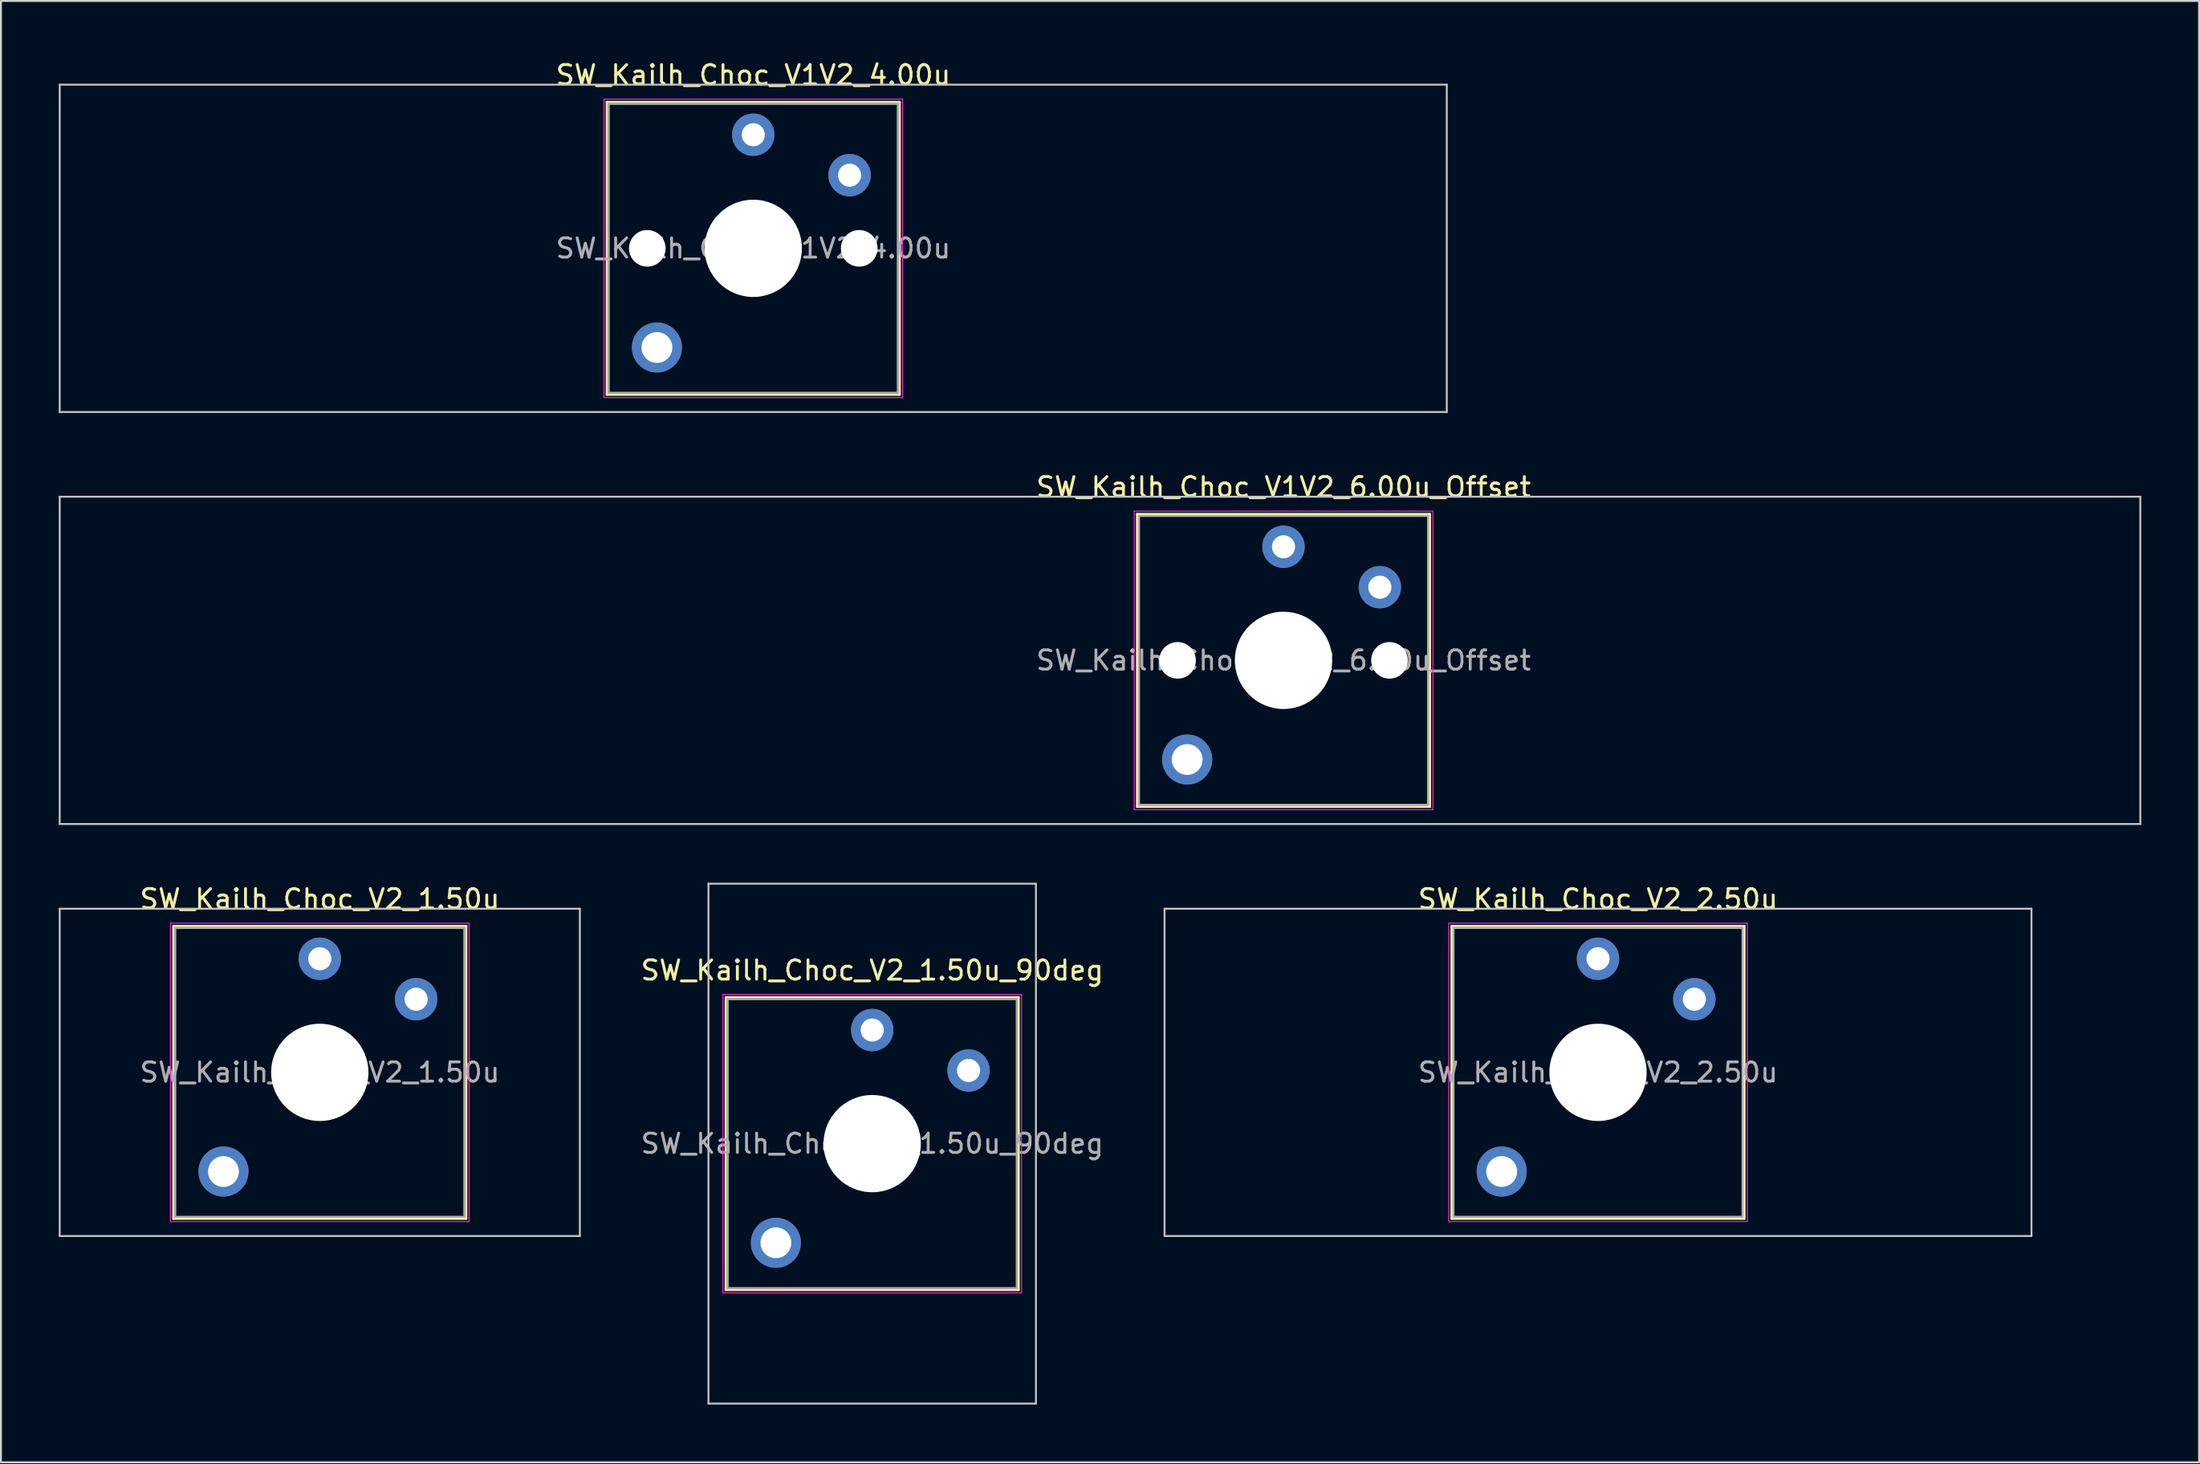
<source format=kicad_pcb>
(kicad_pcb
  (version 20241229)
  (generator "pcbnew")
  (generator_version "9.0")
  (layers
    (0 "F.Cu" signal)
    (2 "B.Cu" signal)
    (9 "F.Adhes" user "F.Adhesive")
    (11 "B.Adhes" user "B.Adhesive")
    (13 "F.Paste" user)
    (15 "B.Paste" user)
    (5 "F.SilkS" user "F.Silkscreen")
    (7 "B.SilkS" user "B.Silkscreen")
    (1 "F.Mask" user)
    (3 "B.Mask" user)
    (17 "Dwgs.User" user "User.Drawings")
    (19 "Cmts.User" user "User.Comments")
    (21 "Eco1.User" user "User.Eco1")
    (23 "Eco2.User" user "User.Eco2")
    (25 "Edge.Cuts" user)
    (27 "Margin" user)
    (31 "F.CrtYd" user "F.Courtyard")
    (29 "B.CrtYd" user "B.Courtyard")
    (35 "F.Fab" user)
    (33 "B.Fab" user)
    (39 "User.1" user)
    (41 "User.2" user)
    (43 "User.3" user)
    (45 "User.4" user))
  (footprint "SW_Kailh_Choc_V2_1.50u"
    (layer "F.Cu")
    (at 13.55 52.645)
    (property "Reference" "SW_Kailh_Choc_V2_1.50u" (at 0 -9 0) (layer "F.SilkS") (effects (font (size 1 1) (thickness 0.15))))
    (attr through_hole)
    (fp_line (start -7.6 -7.6) (end -7.6 7.6) (stroke (width 0.12) (type solid)) (layer "F.SilkS"))
    (fp_line (start -7.6 7.6) (end 7.6 7.6) (stroke (width 0.12) (type solid)) (layer "F.SilkS"))
    (fp_line (start 7.6 -7.6) (end -7.6 -7.6) (stroke (width 0.12) (type solid)) (layer "F.SilkS"))
    (fp_line (start 7.6 7.6) (end 7.6 -7.6) (stroke (width 0.12) (type solid)) (layer "F.SilkS"))
    (fp_line (start -13.5 -8.5) (end -13.5 8.5) (stroke (width 0.1) (type solid)) (layer "Dwgs.User"))
    (fp_line (start -13.5 8.5) (end 13.5 8.5) (stroke (width 0.1) (type solid)) (layer "Dwgs.User"))
    (fp_line (start 13.5 -8.5) (end -13.5 -8.5) (stroke (width 0.1) (type solid)) (layer "Dwgs.User"))
    (fp_line (start 13.5 8.5) (end 13.5 -8.5) (stroke (width 0.1) (type solid)) (layer "Dwgs.User"))
    (fp_line (start -7.25 -7.25) (end -7.25 7.25) (stroke (width 0.1) (type solid)) (layer "Eco1.User"))
    (fp_line (start -7.25 7.25) (end 7.25 7.25) (stroke (width 0.1) (type solid)) (layer "Eco1.User"))
    (fp_line (start 7.25 -7.25) (end -7.25 -7.25) (stroke (width 0.1) (type solid)) (layer "Eco1.User"))
    (fp_line (start 7.25 7.25) (end 7.25 -7.25) (stroke (width 0.1) (type solid)) (layer "Eco1.User"))
    (fp_line (start -7.75 -7.75) (end -7.75 7.75) (stroke (width 0.05) (type solid)) (layer "F.CrtYd"))
    (fp_line (start -7.75 7.75) (end 7.75 7.75) (stroke (width 0.05) (type solid)) (layer "F.CrtYd"))
    (fp_line (start 7.75 -7.75) (end -7.75 -7.75) (stroke (width 0.05) (type solid)) (layer "F.CrtYd"))
    (fp_line (start 7.75 7.75) (end 7.75 -7.75) (stroke (width 0.05) (type solid)) (layer "F.CrtYd"))
    (fp_line (start -7.5 -7.5) (end -7.5 7.5) (stroke (width 0.1) (type solid)) (layer "F.Fab"))
    (fp_line (start -7.5 7.5) (end 7.5 7.5) (stroke (width 0.1) (type solid)) (layer "F.Fab"))
    (fp_line (start 7.5 -7.5) (end -7.5 -7.5) (stroke (width 0.1) (type solid)) (layer "F.Fab"))
    (fp_line (start 7.5 7.5) (end 7.5 -7.5) (stroke (width 0.1) (type solid)) (layer "F.Fab"))
    (fp_text user "${REFERENCE}" (at 0 0 0) (layer "F.Fab") (effects (font (size 1 1) (thickness 0.15))))
    (pad "" thru_hole circle (at -5 5.15) (size 2.6 2.6) (drill 1.6) (layers "*.Cu" "*.Mask"))
    (pad "" np_thru_hole circle (at 0 0) (size 5.05 5.05) (drill 5.05) (layers "*.Cu" "*.Mask"))
    (pad "1" thru_hole circle (at 0 -5.9) (size 2.2 2.2) (drill 1.2) (layers "*.Cu" "*.Mask"))
    (pad "2" thru_hole circle (at 5 -3.8) (size 2.2 2.2) (drill 1.2) (layers "*.Cu" "*.Mask")))
  (footprint "SW_Kailh_Choc_V1V2_6.00u_Offset"
    (layer "F.Cu")
    (at 63.575 31.247)
    (property "Reference" "SW_Kailh_Choc_V1V2_6.00u_Offset" (at 0 -9 0) (layer "F.SilkS") (effects (font (size 1 1) (thickness 0.15))))
    (attr through_hole)
    (fp_line (start -7.6 -7.6) (end -7.6 7.6) (stroke (width 0.12) (type solid)) (layer "F.SilkS"))
    (fp_line (start -7.6 7.6) (end 7.6 7.6) (stroke (width 0.12) (type solid)) (layer "F.SilkS"))
    (fp_line (start 7.6 -7.6) (end -7.6 -7.6) (stroke (width 0.12) (type solid)) (layer "F.SilkS"))
    (fp_line (start 7.6 7.6) (end 7.6 -7.6) (stroke (width 0.12) (type solid)) (layer "F.SilkS"))
    (fp_line (start -63.525 -8.5) (end -63.525 8.5) (stroke (width 0.1) (type solid)) (layer "Dwgs.User"))
    (fp_line (start -63.525 8.5) (end 44.475 8.5) (stroke (width 0.1) (type solid)) (layer "Dwgs.User"))
    (fp_line (start 44.475 -8.5) (end -63.525 -8.5) (stroke (width 0.1) (type solid)) (layer "Dwgs.User"))
    (fp_line (start 44.475 8.5) (end 44.475 -8.5) (stroke (width 0.1) (type solid)) (layer "Dwgs.User"))
    (fp_line (start -7.25 -7.25) (end -7.25 7.25) (stroke (width 0.1) (type solid)) (layer "Eco1.User"))
    (fp_line (start -7.25 7.25) (end 7.25 7.25) (stroke (width 0.1) (type solid)) (layer "Eco1.User"))
    (fp_line (start 7.25 -7.25) (end -7.25 -7.25) (stroke (width 0.1) (type solid)) (layer "Eco1.User"))
    (fp_line (start 7.25 7.25) (end 7.25 -7.25) (stroke (width 0.1) (type solid)) (layer "Eco1.User"))
    (fp_line (start -7.75 -7.75) (end -7.75 7.75) (stroke (width 0.05) (type solid)) (layer "F.CrtYd"))
    (fp_line (start -7.75 7.75) (end 7.75 7.75) (stroke (width 0.05) (type solid)) (layer "F.CrtYd"))
    (fp_line (start 7.75 -7.75) (end -7.75 -7.75) (stroke (width 0.05) (type solid)) (layer "F.CrtYd"))
    (fp_line (start 7.75 7.75) (end 7.75 -7.75) (stroke (width 0.05) (type solid)) (layer "F.CrtYd"))
    (fp_line (start -7.5 -7.5) (end -7.5 7.5) (stroke (width 0.1) (type solid)) (layer "F.Fab"))
    (fp_line (start -7.5 7.5) (end 7.5 7.5) (stroke (width 0.1) (type solid)) (layer "F.Fab"))
    (fp_line (start 7.5 -7.5) (end -7.5 -7.5) (stroke (width 0.1) (type solid)) (layer "F.Fab"))
    (fp_line (start 7.5 7.5) (end 7.5 -7.5) (stroke (width 0.1) (type solid)) (layer "F.Fab"))
    (fp_text user "${REFERENCE}" (at 0 0 0) (layer "F.Fab") (effects (font (size 1 1) (thickness 0.15))))
    (pad "" np_thru_hole circle (at -5.5 0) (size 1.9 1.9) (drill 1.9) (layers "*.Cu" "*.Mask"))
    (pad "" thru_hole circle (at -5 5.15) (size 2.6 2.6) (drill 1.6) (layers "*.Cu" "*.Mask"))
    (pad "" np_thru_hole circle (at 0 0) (size 5.05 5.05) (drill 5.05) (layers "*.Cu" "*.Mask"))
    (pad "" np_thru_hole circle (at 5.5 0) (size 1.9 1.9) (drill 1.9) (layers "*.Cu" "*.Mask"))
    (pad "1" thru_hole circle (at 0 -5.9) (size 2.2 2.2) (drill 1.2) (layers "*.Cu" "*.Mask"))
    (pad "2" thru_hole circle (at 5 -3.8) (size 2.2 2.2) (drill 1.2) (layers "*.Cu" "*.Mask")))
  (footprint "SW_Kailh_Choc_V1V2_4.00u"
    (layer "F.Cu")
    (at 36.05 9.848)
    (property "Reference" "SW_Kailh_Choc_V1V2_4.00u" (at 0 -9 0) (layer "F.SilkS") (effects (font (size 1 1) (thickness 0.15))))
    (attr through_hole)
    (fp_line (start -7.6 -7.6) (end -7.6 7.6) (stroke (width 0.12) (type solid)) (layer "F.SilkS"))
    (fp_line (start -7.6 7.6) (end 7.6 7.6) (stroke (width 0.12) (type solid)) (layer "F.SilkS"))
    (fp_line (start 7.6 -7.6) (end -7.6 -7.6) (stroke (width 0.12) (type solid)) (layer "F.SilkS"))
    (fp_line (start 7.6 7.6) (end 7.6 -7.6) (stroke (width 0.12) (type solid)) (layer "F.SilkS"))
    (fp_line (start -36 -8.5) (end -36 8.5) (stroke (width 0.1) (type solid)) (layer "Dwgs.User"))
    (fp_line (start -36 8.5) (end 36 8.5) (stroke (width 0.1) (type solid)) (layer "Dwgs.User"))
    (fp_line (start 36 -8.5) (end -36 -8.5) (stroke (width 0.1) (type solid)) (layer "Dwgs.User"))
    (fp_line (start 36 8.5) (end 36 -8.5) (stroke (width 0.1) (type solid)) (layer "Dwgs.User"))
    (fp_line (start -7.25 -7.25) (end -7.25 7.25) (stroke (width 0.1) (type solid)) (layer "Eco1.User"))
    (fp_line (start -7.25 7.25) (end 7.25 7.25) (stroke (width 0.1) (type solid)) (layer "Eco1.User"))
    (fp_line (start 7.25 -7.25) (end -7.25 -7.25) (stroke (width 0.1) (type solid)) (layer "Eco1.User"))
    (fp_line (start 7.25 7.25) (end 7.25 -7.25) (stroke (width 0.1) (type solid)) (layer "Eco1.User"))
    (fp_line (start -7.75 -7.75) (end -7.75 7.75) (stroke (width 0.05) (type solid)) (layer "F.CrtYd"))
    (fp_line (start -7.75 7.75) (end 7.75 7.75) (stroke (width 0.05) (type solid)) (layer "F.CrtYd"))
    (fp_line (start 7.75 -7.75) (end -7.75 -7.75) (stroke (width 0.05) (type solid)) (layer "F.CrtYd"))
    (fp_line (start 7.75 7.75) (end 7.75 -7.75) (stroke (width 0.05) (type solid)) (layer "F.CrtYd"))
    (fp_line (start -7.5 -7.5) (end -7.5 7.5) (stroke (width 0.1) (type solid)) (layer "F.Fab"))
    (fp_line (start -7.5 7.5) (end 7.5 7.5) (stroke (width 0.1) (type solid)) (layer "F.Fab"))
    (fp_line (start 7.5 -7.5) (end -7.5 -7.5) (stroke (width 0.1) (type solid)) (layer "F.Fab"))
    (fp_line (start 7.5 7.5) (end 7.5 -7.5) (stroke (width 0.1) (type solid)) (layer "F.Fab"))
    (fp_text user "${REFERENCE}" (at 0 0 0) (layer "F.Fab") (effects (font (size 1 1) (thickness 0.15))))
    (pad "" np_thru_hole circle (at -5.5 0) (size 1.9 1.9) (drill 1.9) (layers "*.Cu" "*.Mask"))
    (pad "" thru_hole circle (at -5 5.15) (size 2.6 2.6) (drill 1.6) (layers "*.Cu" "*.Mask"))
    (pad "" np_thru_hole circle (at 0 0) (size 5.05 5.05) (drill 5.05) (layers "*.Cu" "*.Mask"))
    (pad "" np_thru_hole circle (at 5.5 0) (size 1.9 1.9) (drill 1.9) (layers "*.Cu" "*.Mask"))
    (pad "1" thru_hole circle (at 0 -5.9) (size 2.2 2.2) (drill 1.2) (layers "*.Cu" "*.Mask"))
    (pad "2" thru_hole circle (at 5 -3.8) (size 2.2 2.2) (drill 1.2) (layers "*.Cu" "*.Mask")))
  (footprint "SW_Kailh_Choc_V2_2.50u"
    (layer "F.Cu")
    (at 79.9 52.645)
    (property "Reference" "SW_Kailh_Choc_V2_2.50u" (at 0 -9 0) (layer "F.SilkS") (effects (font (size 1 1) (thickness 0.15))))
    (attr through_hole)
    (fp_line (start -7.6 -7.6) (end -7.6 7.6) (stroke (width 0.12) (type solid)) (layer "F.SilkS"))
    (fp_line (start -7.6 7.6) (end 7.6 7.6) (stroke (width 0.12) (type solid)) (layer "F.SilkS"))
    (fp_line (start 7.6 -7.6) (end -7.6 -7.6) (stroke (width 0.12) (type solid)) (layer "F.SilkS"))
    (fp_line (start 7.6 7.6) (end 7.6 -7.6) (stroke (width 0.12) (type solid)) (layer "F.SilkS"))
    (fp_line (start -22.5 -8.5) (end -22.5 8.5) (stroke (width 0.1) (type solid)) (layer "Dwgs.User"))
    (fp_line (start -22.5 8.5) (end 22.5 8.5) (stroke (width 0.1) (type solid)) (layer "Dwgs.User"))
    (fp_line (start 22.5 -8.5) (end -22.5 -8.5) (stroke (width 0.1) (type solid)) (layer "Dwgs.User"))
    (fp_line (start 22.5 8.5) (end 22.5 -8.5) (stroke (width 0.1) (type solid)) (layer "Dwgs.User"))
    (fp_line (start -7.25 -7.25) (end -7.25 7.25) (stroke (width 0.1) (type solid)) (layer "Eco1.User"))
    (fp_line (start -7.25 7.25) (end 7.25 7.25) (stroke (width 0.1) (type solid)) (layer "Eco1.User"))
    (fp_line (start 7.25 -7.25) (end -7.25 -7.25) (stroke (width 0.1) (type solid)) (layer "Eco1.User"))
    (fp_line (start 7.25 7.25) (end 7.25 -7.25) (stroke (width 0.1) (type solid)) (layer "Eco1.User"))
    (fp_line (start -7.75 -7.75) (end -7.75 7.75) (stroke (width 0.05) (type solid)) (layer "F.CrtYd"))
    (fp_line (start -7.75 7.75) (end 7.75 7.75) (stroke (width 0.05) (type solid)) (layer "F.CrtYd"))
    (fp_line (start 7.75 -7.75) (end -7.75 -7.75) (stroke (width 0.05) (type solid)) (layer "F.CrtYd"))
    (fp_line (start 7.75 7.75) (end 7.75 -7.75) (stroke (width 0.05) (type solid)) (layer "F.CrtYd"))
    (fp_line (start -7.5 -7.5) (end -7.5 7.5) (stroke (width 0.1) (type solid)) (layer "F.Fab"))
    (fp_line (start -7.5 7.5) (end 7.5 7.5) (stroke (width 0.1) (type solid)) (layer "F.Fab"))
    (fp_line (start 7.5 -7.5) (end -7.5 -7.5) (stroke (width 0.1) (type solid)) (layer "F.Fab"))
    (fp_line (start 7.5 7.5) (end 7.5 -7.5) (stroke (width 0.1) (type solid)) (layer "F.Fab"))
    (fp_text user "${REFERENCE}" (at 0 0 0) (layer "F.Fab") (effects (font (size 1 1) (thickness 0.15))))
    (pad "" thru_hole circle (at -5 5.15) (size 2.6 2.6) (drill 1.6) (layers "*.Cu" "*.Mask"))
    (pad "" np_thru_hole circle (at 0 0) (size 5.05 5.05) (drill 5.05) (layers "*.Cu" "*.Mask"))
    (pad "1" thru_hole circle (at 0 -5.9) (size 2.2 2.2) (drill 1.2) (layers "*.Cu" "*.Mask"))
    (pad "2" thru_hole circle (at 5 -3.8) (size 2.2 2.2) (drill 1.2) (layers "*.Cu" "*.Mask")))
  (footprint "SW_Kailh_Choc_V2_1.50u_90deg"
    (layer "F.Cu")
    (at 42.225 56.346)
    (property "Reference" "SW_Kailh_Choc_V2_1.50u_90deg" (at 0 -9 0) (layer "F.SilkS") (effects (font (size 1 1) (thickness 0.15))))
    (attr through_hole)
    (fp_line (start -7.6 -7.6) (end -7.6 7.6) (stroke (width 0.12) (type solid)) (layer "F.SilkS"))
    (fp_line (start -7.6 7.6) (end 7.6 7.6) (stroke (width 0.12) (type solid)) (layer "F.SilkS"))
    (fp_line (start 7.6 -7.6) (end -7.6 -7.6) (stroke (width 0.12) (type solid)) (layer "F.SilkS"))
    (fp_line (start 7.6 7.6) (end 7.6 -7.6) (stroke (width 0.12) (type solid)) (layer "F.SilkS"))
    (fp_line (start -8.5 -13.5) (end 8.5 -13.5) (stroke (width 0.1) (type solid)) (layer "Dwgs.User"))
    (fp_line (start -8.5 13.5) (end -8.5 -13.5) (stroke (width 0.1) (type solid)) (layer "Dwgs.User"))
    (fp_line (start 8.5 -13.5) (end 8.5 13.5) (stroke (width 0.1) (type solid)) (layer "Dwgs.User"))
    (fp_line (start 8.5 13.5) (end -8.5 13.5) (stroke (width 0.1) (type solid)) (layer "Dwgs.User"))
    (fp_line (start -7.25 -7.25) (end -7.25 7.25) (stroke (width 0.1) (type solid)) (layer "Eco1.User"))
    (fp_line (start -7.25 7.25) (end 7.25 7.25) (stroke (width 0.1) (type solid)) (layer "Eco1.User"))
    (fp_line (start 7.25 -7.25) (end -7.25 -7.25) (stroke (width 0.1) (type solid)) (layer "Eco1.User"))
    (fp_line (start 7.25 7.25) (end 7.25 -7.25) (stroke (width 0.1) (type solid)) (layer "Eco1.User"))
    (fp_line (start -7.75 -7.75) (end -7.75 7.75) (stroke (width 0.05) (type solid)) (layer "F.CrtYd"))
    (fp_line (start -7.75 7.75) (end 7.75 7.75) (stroke (width 0.05) (type solid)) (layer "F.CrtYd"))
    (fp_line (start 7.75 -7.75) (end -7.75 -7.75) (stroke (width 0.05) (type solid)) (layer "F.CrtYd"))
    (fp_line (start 7.75 7.75) (end 7.75 -7.75) (stroke (width 0.05) (type solid)) (layer "F.CrtYd"))
    (fp_line (start -7.5 -7.5) (end -7.5 7.5) (stroke (width 0.1) (type solid)) (layer "F.Fab"))
    (fp_line (start -7.5 7.5) (end 7.5 7.5) (stroke (width 0.1) (type solid)) (layer "F.Fab"))
    (fp_line (start 7.5 -7.5) (end -7.5 -7.5) (stroke (width 0.1) (type solid)) (layer "F.Fab"))
    (fp_line (start 7.5 7.5) (end 7.5 -7.5) (stroke (width 0.1) (type solid)) (layer "F.Fab"))
    (fp_text user "${REFERENCE}" (at 0 0 0) (layer "F.Fab") (effects (font (size 1 1) (thickness 0.15))))
    (pad "" thru_hole circle (at -5 5.15) (size 2.6 2.6) (drill 1.6) (layers "*.Cu" "*.Mask"))
    (pad "" np_thru_hole circle (at 0 0) (size 5.05 5.05) (drill 5.05) (layers "*.Cu" "*.Mask"))
    (pad "1" thru_hole circle (at 0 -5.9) (size 2.2 2.2) (drill 1.2) (layers "*.Cu" "*.Mask"))
    (pad "2" thru_hole circle (at 5 -3.8) (size 2.2 2.2) (drill 1.2) (layers "*.Cu" "*.Mask")))
  (gr_rect
    (start -3 -3)
    (end 111.1 72.897)
    (stroke (width 0.1) (type default))
    (fill no)
    (layer "Edge.Cuts")))
</source>
